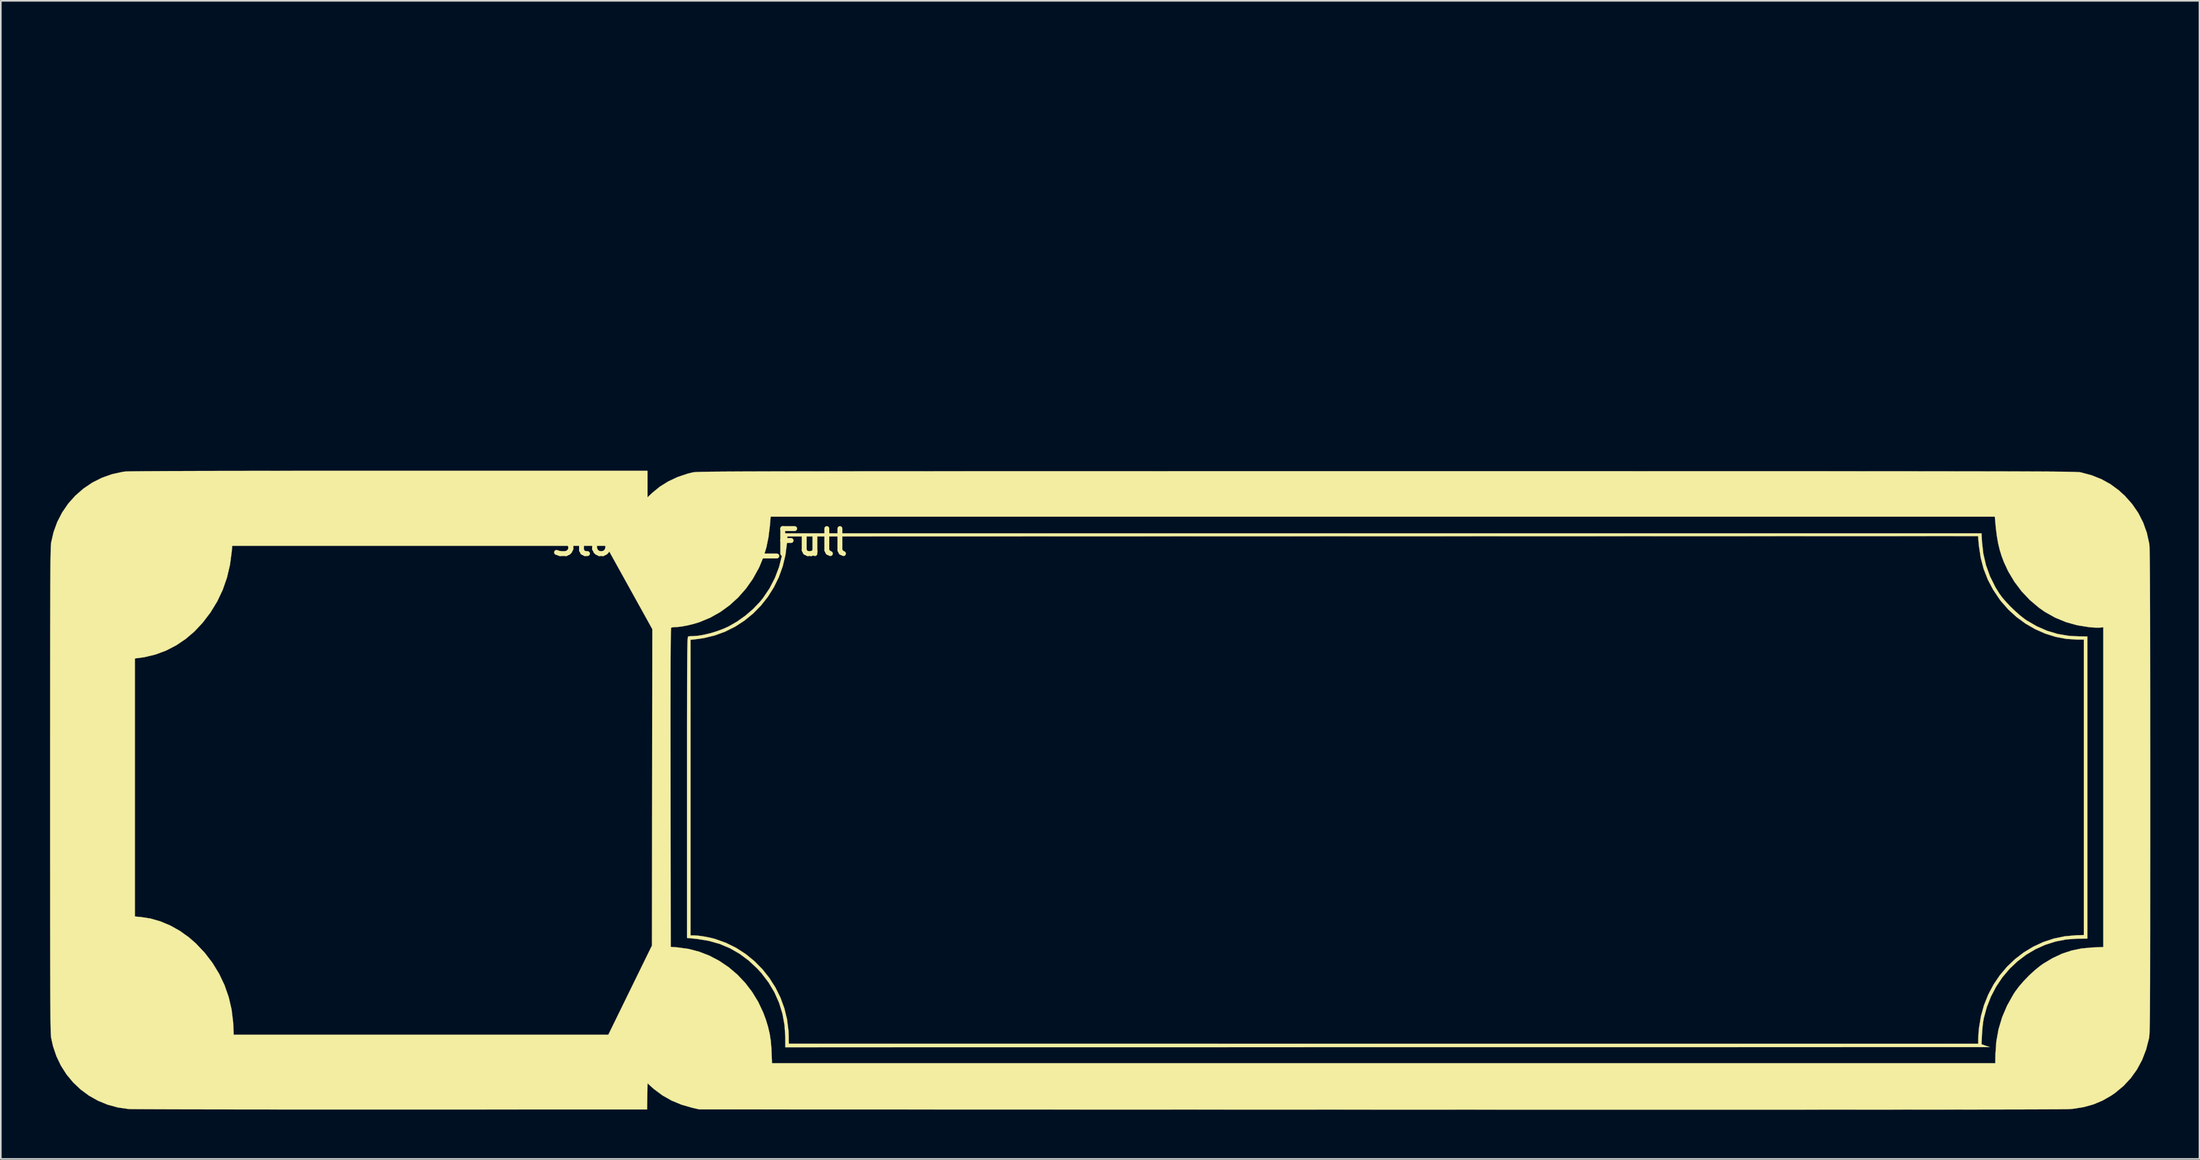
<source format=kicad_pcb>
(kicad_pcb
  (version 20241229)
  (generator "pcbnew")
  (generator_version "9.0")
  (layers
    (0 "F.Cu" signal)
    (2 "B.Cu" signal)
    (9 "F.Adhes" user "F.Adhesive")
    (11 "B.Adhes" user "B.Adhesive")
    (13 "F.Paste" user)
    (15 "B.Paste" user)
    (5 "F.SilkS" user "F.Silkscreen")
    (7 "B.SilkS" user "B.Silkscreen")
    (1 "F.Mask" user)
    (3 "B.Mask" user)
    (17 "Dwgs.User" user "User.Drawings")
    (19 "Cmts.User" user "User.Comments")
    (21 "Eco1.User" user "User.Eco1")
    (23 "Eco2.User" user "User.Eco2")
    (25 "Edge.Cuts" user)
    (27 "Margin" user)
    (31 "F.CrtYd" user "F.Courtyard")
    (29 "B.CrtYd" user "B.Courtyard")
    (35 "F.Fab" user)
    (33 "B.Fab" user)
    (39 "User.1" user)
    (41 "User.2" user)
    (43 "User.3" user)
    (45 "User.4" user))
  (footprint "StompCase_Full"
    (layer "F.Cu")
    (at 64.267 0.25)
    (property "Reference" "StompCase_Full" (at -24.689 29.756 0) (layer "F.SilkS") (effects (font (size 1.524 1.524) (thickness 0.3))))
    (attr through_hole)
    (fp_poly (pts (xy 53.482 29.729) (xy 53.562 30.447) (xy 53.724 31.147) (xy 53.968 31.826) (xy 54.292 32.481) (xy 54.532 32.872) (xy 54.716 33.12) (xy 54.953 33.397) (xy 55.227 33.684) (xy 55.519 33.965) (xy 55.812 34.222) (xy 56.087 34.437) (xy 56.2 34.515) (xy 56.815 34.874) (xy 57.448 35.15) (xy 58.1 35.345) (xy 58.774 35.458) (xy 59.362 35.492) (xy 59.902 35.496) (xy 59.902 53.911) (xy 59.32 53.917) (xy 58.638 53.964) (xy 57.978 54.09) (xy 57.343 54.29) (xy 56.739 54.562) (xy 56.17 54.901) (xy 55.642 55.302) (xy 55.158 55.761) (xy 54.725 56.275) (xy 54.346 56.84) (xy 54.027 57.45) (xy 53.772 58.103) (xy 53.593 58.765) (xy 53.556 58.974) (xy 53.523 59.236) (xy 53.496 59.518) (xy 53.481 59.758) (xy 53.455 60.356) (xy 53.704 60.443) (xy 53.954 60.53) (xy 17.251 60.533) (xy -19.452 60.537) (xy -19.455 59.912) (xy -19.5 59.198) (xy -19.626 58.503) (xy -19.831 57.834) (xy -20.114 57.194) (xy -20.473 56.589) (xy -20.906 56.022) (xy -21.162 55.741) (xy -21.69 55.248) (xy -22.245 54.835) (xy -22.831 54.5) (xy -23.453 54.239) (xy -24.115 54.052) (xy -24.82 53.936) (xy -24.911 53.926) (xy -25.442 53.874) (xy -25.442 44.7) (xy -25.442 43.657) (xy -25.442 42.695) (xy -25.442 41.811) (xy -25.442 41.002) (xy -25.441 40.264) (xy -25.44 39.595) (xy -25.439 38.991) (xy -25.438 38.449) (xy -25.437 37.965) (xy -25.435 37.536) (xy -25.433 37.16) (xy -25.43 36.832) (xy -25.428 36.549) (xy -25.425 36.309) (xy -25.421 36.107) (xy -25.417 35.941) (xy -25.413 35.808) (xy -25.408 35.703) (xy -25.408 35.702) (xy -25.231 35.702) (xy -25.231 53.721) (xy -25.003 53.721) (xy -24.794 53.733) (xy -24.532 53.766) (xy -24.243 53.816) (xy -23.956 53.878) (xy -23.728 53.938) (xy -23.07 54.173) (xy -22.449 54.48) (xy -21.87 54.854) (xy -21.337 55.288) (xy -20.853 55.777) (xy -20.425 56.314) (xy -20.056 56.895) (xy -19.75 57.512) (xy -19.513 58.161) (xy -19.348 58.835) (xy -19.26 59.528) (xy -19.247 59.848) (xy -19.241 60.324) (xy 17.007 60.325) (xy 53.255 60.325) (xy 53.255 60.048) (xy 53.26 59.876) (xy 53.273 59.659) (xy 53.292 59.434) (xy 53.3 59.36) (xy 53.417 58.648) (xy 53.607 57.966) (xy 53.866 57.319) (xy 54.189 56.711) (xy 54.571 56.146) (xy 55.009 55.629) (xy 55.497 55.164) (xy 56.031 54.755) (xy 56.606 54.408) (xy 57.218 54.125) (xy 57.862 53.912) (xy 58.534 53.772) (xy 59.228 53.711) (xy 59.261 53.71) (xy 59.69 53.7) (xy 59.69 35.687) (xy 59.277 35.687) (xy 58.626 35.645) (xy 57.978 35.523) (xy 57.343 35.325) (xy 56.728 35.054) (xy 56.142 34.717) (xy 55.592 34.315) (xy 55.088 33.855) (xy 54.636 33.34) (xy 54.57 33.253) (xy 54.164 32.651) (xy 53.836 32.029) (xy 53.583 31.38) (xy 53.403 30.695) (xy 53.293 29.966) (xy 53.275 29.771) (xy 53.244 29.379) (xy 16.96 29.39) (xy -19.325 29.401) (xy -19.355 29.821) (xy -19.446 30.535) (xy -19.612 31.222) (xy -19.848 31.878) (xy -20.152 32.498) (xy -20.516 33.078) (xy -20.939 33.612) (xy -21.414 34.096) (xy -21.938 34.525) (xy -22.506 34.895) (xy -23.114 35.2) (xy -23.757 35.436) (xy -24.43 35.598) (xy -24.795 35.652) (xy -25.231 35.702) (xy -25.408 35.702) (xy -25.402 35.624) (xy -25.397 35.568) (xy -25.39 35.531) (xy -25.383 35.51) (xy -25.376 35.501) (xy -25.375 35.501) (xy -25.296 35.486) (xy -25.168 35.477) (xy -25.081 35.475) (xy -24.775 35.454) (xy -24.418 35.394) (xy -24.032 35.302) (xy -23.637 35.182) (xy -23.255 35.041) (xy -22.906 34.885) (xy -22.9 34.881) (xy -22.39 34.588) (xy -21.891 34.232) (xy -21.424 33.83) (xy -21.009 33.398) (xy -20.812 33.156) (xy -20.416 32.567) (xy -20.089 31.935) (xy -19.836 31.269) (xy -19.66 30.579) (xy -19.564 29.874) (xy -19.548 29.581) (xy -19.537 29.21) (xy 16.959 29.21) (xy 53.454 29.21) (xy 53.482 29.729)) (stroke (width 0.01) (type solid)) (fill yes) (layer "F.SilkS"))
    (fp_poly (pts (xy -27.855 27.019) (xy -27.569 26.749) (xy -27.108 26.37) (xy -26.586 26.044) (xy -26.014 25.776) (xy -25.4 25.571) (xy -25.094 25.497) (xy -25.072 25.493) (xy -25.046 25.489) (xy -25.014 25.485) (xy -24.973 25.481) (xy -24.922 25.478) (xy -24.861 25.474) (xy -24.786 25.471) (xy -24.697 25.468) (xy -24.593 25.465) (xy -24.471 25.462) (xy -24.329 25.46) (xy -24.168 25.457) (xy -23.984 25.454) (xy -23.776 25.452) (xy -23.543 25.45) (xy -23.284 25.448) (xy -22.996 25.446) (xy -22.678 25.444) (xy -22.328 25.442) (xy -21.946 25.44) (xy -21.528 25.439) (xy -21.075 25.437) (xy -20.584 25.436) (xy -20.053 25.434) (xy -19.482 25.433) (xy -18.868 25.432) (xy -18.21 25.431) (xy -17.507 25.43) (xy -16.757 25.429) (xy -15.957 25.428) (xy -15.108 25.427) (xy -14.207 25.426) (xy -13.252 25.426) (xy -12.243 25.425) (xy -11.177 25.425) (xy -10.053 25.424) (xy -8.869 25.424) (xy -7.624 25.423) (xy -6.317 25.423) (xy -4.945 25.423) (xy -3.507 25.422) (xy -2.002 25.422) (xy -0.428 25.422) (xy 1.217 25.422) (xy 2.934 25.422) (xy 4.724 25.421) (xy 6.59 25.421) (xy 8.532 25.421) (xy 10.553 25.421) (xy 12.654 25.421) (xy 14.836 25.421) (xy 17.101 25.421) (xy 17.209 25.421) (xy 19.477 25.421) (xy 21.662 25.421) (xy 23.765 25.421) (xy 25.789 25.421) (xy 27.734 25.421) (xy 29.603 25.421) (xy 31.396 25.421) (xy 33.115 25.422) (xy 34.762 25.422) (xy 36.339 25.422) (xy 37.846 25.422) (xy 39.286 25.422) (xy 40.661 25.423) (xy 41.97 25.423) (xy 43.217 25.423) (xy 44.403 25.424) (xy 45.529 25.424) (xy 46.597 25.425) (xy 47.609 25.426) (xy 48.566 25.426) (xy 49.469 25.427) (xy 50.32 25.428) (xy 51.121 25.429) (xy 51.874 25.43) (xy 52.579 25.431) (xy 53.239 25.432) (xy 53.854 25.433) (xy 54.427 25.434) (xy 54.96 25.435) (xy 55.453 25.437) (xy 55.908 25.438) (xy 56.327 25.44) (xy 56.711 25.442) (xy 57.062 25.443) (xy 57.382 25.445) (xy 57.672 25.447) (xy 57.933 25.449) (xy 58.168 25.452) (xy 58.377 25.454) (xy 58.563 25.456) (xy 58.726 25.459) (xy 58.869 25.462) (xy 58.993 25.465) (xy 59.099 25.468) (xy 59.19 25.471) (xy 59.266 25.474) (xy 59.33 25.477) (xy 59.382 25.481) (xy 59.425 25.484) (xy 59.46 25.488) (xy 59.488 25.492) (xy 59.511 25.496) (xy 59.521 25.498) (xy 60.167 25.672) (xy 60.759 25.908) (xy 61.305 26.209) (xy 61.811 26.58) (xy 62.189 26.924) (xy 62.635 27.426) (xy 63.008 27.969) (xy 63.305 28.551) (xy 63.527 29.173) (xy 63.674 29.833) (xy 63.677 29.849) (xy 63.682 29.895) (xy 63.687 29.965) (xy 63.691 30.063) (xy 63.696 30.191) (xy 63.7 30.351) (xy 63.703 30.546) (xy 63.707 30.778) (xy 63.71 31.05) (xy 63.713 31.363) (xy 63.716 31.721) (xy 63.718 32.125) (xy 63.72 32.579) (xy 63.722 33.084) (xy 63.724 33.643) (xy 63.726 34.259) (xy 63.727 34.934) (xy 63.728 35.67) (xy 63.729 36.47) (xy 63.73 37.336) (xy 63.731 38.271) (xy 63.732 39.277) (xy 63.732 40.356) (xy 63.732 41.511) (xy 63.733 42.744) (xy 63.733 44.058) (xy 63.733 44.916) (xy 63.733 46.244) (xy 63.733 47.489) (xy 63.733 48.656) (xy 63.732 49.746) (xy 63.732 50.762) (xy 63.732 51.707) (xy 63.731 52.583) (xy 63.731 53.393) (xy 63.73 54.141) (xy 63.729 54.827) (xy 63.728 55.456) (xy 63.727 56.03) (xy 63.726 56.551) (xy 63.724 57.022) (xy 63.722 57.447) (xy 63.72 57.827) (xy 63.718 58.165) (xy 63.716 58.464) (xy 63.713 58.727) (xy 63.71 58.956) (xy 63.707 59.154) (xy 63.703 59.324) (xy 63.699 59.468) (xy 63.695 59.59) (xy 63.69 59.691) (xy 63.685 59.774) (xy 63.68 59.843) (xy 63.674 59.899) (xy 63.668 59.946) (xy 63.661 59.986) (xy 63.657 60.008) (xy 63.483 60.683) (xy 63.24 61.312) (xy 62.928 61.891) (xy 62.55 62.421) (xy 62.106 62.897) (xy 61.597 63.32) (xy 61.355 63.487) (xy 60.822 63.791) (xy 60.263 64.024) (xy 59.667 64.189) (xy 59.025 64.289) (xy 58.828 64.306) (xy 58.756 64.309) (xy 58.616 64.312) (xy 58.406 64.314) (xy 58.126 64.317) (xy 57.775 64.319) (xy 57.354 64.321) (xy 56.861 64.323) (xy 56.296 64.325) (xy 55.659 64.327) (xy 54.949 64.328) (xy 54.165 64.33) (xy 53.308 64.331) (xy 52.376 64.333) (xy 51.37 64.334) (xy 50.288 64.335) (xy 49.13 64.336) (xy 47.896 64.337) (xy 46.586 64.338) (xy 45.198 64.339) (xy 43.732 64.339) (xy 42.188 64.34) (xy 40.565 64.34) (xy 38.863 64.341) (xy 37.082 64.341) (xy 35.22 64.341) (xy 33.278 64.341) (xy 31.254 64.341) (xy 29.149 64.34) (xy 26.962 64.34) (xy 24.692 64.34) (xy 22.339 64.339) (xy 19.903 64.338) (xy 17.382 64.338) (xy 16.764 64.337) (xy -24.701 64.324) (xy -25.114 64.229) (xy -25.778 64.039) (xy -26.386 63.787) (xy -26.944 63.47) (xy -27.459 63.087) (xy -27.612 62.952) (xy -27.853 62.731) (xy -27.865 63.528) (xy -27.877 64.326) (xy -43.476 64.33) (xy -44.625 64.33) (xy -45.754 64.33) (xy -46.859 64.33) (xy -47.939 64.33) (xy -48.99 64.329) (xy -50.009 64.329) (xy -50.993 64.328) (xy -51.939 64.327) (xy -52.844 64.326) (xy -53.704 64.325) (xy -54.518 64.324) (xy -55.28 64.322) (xy -55.99 64.321) (xy -56.643 64.319) (xy -57.236 64.317) (xy -57.767 64.315) (xy -58.233 64.313) (xy -58.63 64.311) (xy -58.955 64.309) (xy -59.205 64.307) (xy -59.377 64.305) (xy -59.469 64.302) (xy -59.478 64.302) (xy -60.132 64.208) (xy -60.756 64.038) (xy -61.345 63.796) (xy -61.895 63.486) (xy -62.4 63.114) (xy -62.856 62.683) (xy -63.258 62.199) (xy -63.6 61.665) (xy -63.878 61.087) (xy -64.087 60.468) (xy -64.197 59.97) (xy -64.203 59.929) (xy -64.209 59.875) (xy -64.214 59.805) (xy -64.219 59.717) (xy -64.223 59.608) (xy -64.227 59.476) (xy -64.231 59.317) (xy -64.235 59.129) (xy -64.238 58.91) (xy -64.241 58.657) (xy -64.244 58.367) (xy -64.246 58.038) (xy -64.249 57.667) (xy -64.251 57.251) (xy -64.253 56.788) (xy -64.254 56.276) (xy -64.256 55.711) (xy -64.257 55.091) (xy -64.258 54.413) (xy -64.259 53.675) (xy -64.26 52.874) (xy -64.26 52.007) (xy -64.261 51.073) (xy -64.261 50.067) (xy -64.262 48.988) (xy -64.262 47.834) (xy -64.262 46.6) (xy -64.262 45.285) (xy -64.262 44.878) (xy -64.262 43.535) (xy -64.262 42.273) (xy -64.261 41.092) (xy -64.261 39.986) (xy -64.261 38.956) (xy -64.26 37.996) (xy -64.26 37.106) (xy -64.259 36.836) (xy -59.097 36.836) (xy -59.097 52.567) (xy -58.749 52.597) (xy -58.138 52.692) (xy -57.53 52.868) (xy -56.932 53.12) (xy -56.354 53.444) (xy -55.803 53.838) (xy -55.38 54.207) (xy -54.837 54.781) (xy -54.363 55.4) (xy -53.96 56.06) (xy -53.631 56.755) (xy -53.378 57.481) (xy -53.203 58.233) (xy -53.109 59.004) (xy -53.098 59.193) (xy -53.073 59.775) (xy -30.241 59.775) (xy -28.911 57.055) (xy -27.58 54.335) (xy -27.569 44.693) (xy -27.565 40.582) (xy -26.451 40.582) (xy -26.451 41.436) (xy -26.45 42.366) (xy -26.449 43.374) (xy -26.448 44.464) (xy -26.448 44.707) (xy -26.437 54.419) (xy -26.035 54.449) (xy -25.359 54.541) (xy -24.703 54.712) (xy -24.072 54.958) (xy -23.472 55.275) (xy -22.907 55.657) (xy -22.383 56.102) (xy -21.905 56.604) (xy -21.479 57.16) (xy -21.109 57.765) (xy -20.802 58.414) (xy -20.642 58.844) (xy -20.504 59.297) (xy -20.405 59.723) (xy -20.339 60.155) (xy -20.3 60.624) (xy -20.291 60.822) (xy -20.265 61.51) (xy 17.014 61.51) (xy 54.292 61.51) (xy 54.302 60.948) (xy 54.357 60.179) (xy 54.493 59.431) (xy 54.711 58.705) (xy 55.011 58.001) (xy 55.392 57.32) (xy 55.487 57.173) (xy 55.724 56.85) (xy 56.017 56.51) (xy 56.344 56.171) (xy 56.686 55.855) (xy 57.022 55.582) (xy 57.216 55.444) (xy 57.789 55.101) (xy 58.359 54.835) (xy 58.94 54.642) (xy 59.546 54.517) (xy 60.193 54.456) (xy 60.251 54.453) (xy 60.875 54.429) (xy 60.875 34.937) (xy 60.672 34.957) (xy 60.543 34.961) (xy 60.358 34.955) (xy 60.147 34.941) (xy 60.005 34.928) (xy 59.283 34.813) (xy 58.595 34.62) (xy 57.942 34.35) (xy 57.326 34.005) (xy 56.96 33.75) (xy 56.401 33.278) (xy 55.897 32.745) (xy 55.454 32.156) (xy 55.076 31.521) (xy 54.818 30.964) (xy 54.677 30.591) (xy 54.562 30.217) (xy 54.468 29.824) (xy 54.392 29.396) (xy 54.33 28.914) (xy 54.289 28.48) (xy 54.265 28.194) (xy -20.346 28.194) (xy -20.397 28.776) (xy -20.48 29.449) (xy -20.607 30.067) (xy -20.785 30.651) (xy -21.018 31.219) (xy -21.08 31.348) (xy -21.437 31.992) (xy -21.855 32.584) (xy -22.328 33.121) (xy -22.852 33.597) (xy -23.421 34.009) (xy -24.03 34.351) (xy -24.675 34.619) (xy -24.818 34.666) (xy -25.126 34.755) (xy -25.445 34.83) (xy -25.75 34.886) (xy -26.017 34.919) (xy -26.157 34.926) (xy -26.286 34.933) (xy -26.383 34.951) (xy -26.406 34.96) (xy -26.412 34.979) (xy -26.417 35.029) (xy -26.422 35.113) (xy -26.427 35.235) (xy -26.431 35.396) (xy -26.435 35.599) (xy -26.438 35.848) (xy -26.441 36.145) (xy -26.443 36.493) (xy -26.446 36.894) (xy -26.447 37.352) (xy -26.449 37.868) (xy -26.45 38.447) (xy -26.45 39.09) (xy -26.451 39.801) (xy -26.451 40.582) (xy -27.565 40.582) (xy -27.558 35.051) (xy -30.374 29.972) (xy -41.769 29.972) (xy -53.163 29.972) (xy -53.191 30.3) (xy -53.299 31.122) (xy -53.482 31.905) (xy -53.742 32.652) (xy -54.078 33.362) (xy -54.491 34.037) (xy -54.961 34.655) (xy -55.459 35.187) (xy -56 35.649) (xy -56.581 36.04) (xy -57.195 36.357) (xy -57.841 36.597) (xy -58.512 36.758) (xy -58.854 36.808) (xy -59.097 36.836) (xy -64.259 36.836) (xy -64.259 36.283) (xy -64.258 35.523) (xy -64.257 34.825) (xy -64.255 34.185) (xy -64.254 33.601) (xy -64.252 33.071) (xy -64.251 32.591) (xy -64.248 32.16) (xy -64.246 31.775) (xy -64.244 31.433) (xy -64.241 31.131) (xy -64.238 30.867) (xy -64.235 30.638) (xy -64.231 30.442) (xy -64.227 30.276) (xy -64.223 30.137) (xy -64.219 30.024) (xy -64.214 29.932) (xy -64.209 29.861) (xy -64.203 29.806) (xy -64.199 29.774) (xy -64.052 29.132) (xy -63.827 28.517) (xy -63.528 27.937) (xy -63.157 27.397) (xy -62.736 26.924) (xy -62.238 26.488) (xy -61.694 26.12) (xy -61.109 25.825) (xy -60.492 25.606) (xy -59.846 25.465) (xy -59.691 25.444) (xy -59.615 25.44) (xy -59.46 25.435) (xy -59.227 25.431) (xy -58.914 25.428) (xy -58.522 25.424) (xy -58.05 25.421) (xy -57.498 25.418) (xy -56.865 25.415) (xy -56.152 25.413) (xy -55.357 25.41) (xy -54.481 25.408) (xy -53.524 25.406) (xy -52.484 25.405) (xy -51.361 25.403) (xy -50.156 25.402) (xy -48.868 25.401) (xy -47.496 25.401) (xy -46.041 25.4) (xy -44.501 25.4) (xy -43.594 25.4) (xy -27.855 25.4) (xy -27.855 27.019)) (stroke (width 0.01) (type solid)) (fill yes) (layer "F.SilkS")))
  (gr_rect
    (start -3 -3)
    (end 131.005 67.596)
    (stroke (width 0.1) (type default))
    (fill no)
    (layer "Edge.Cuts")))
</source>
